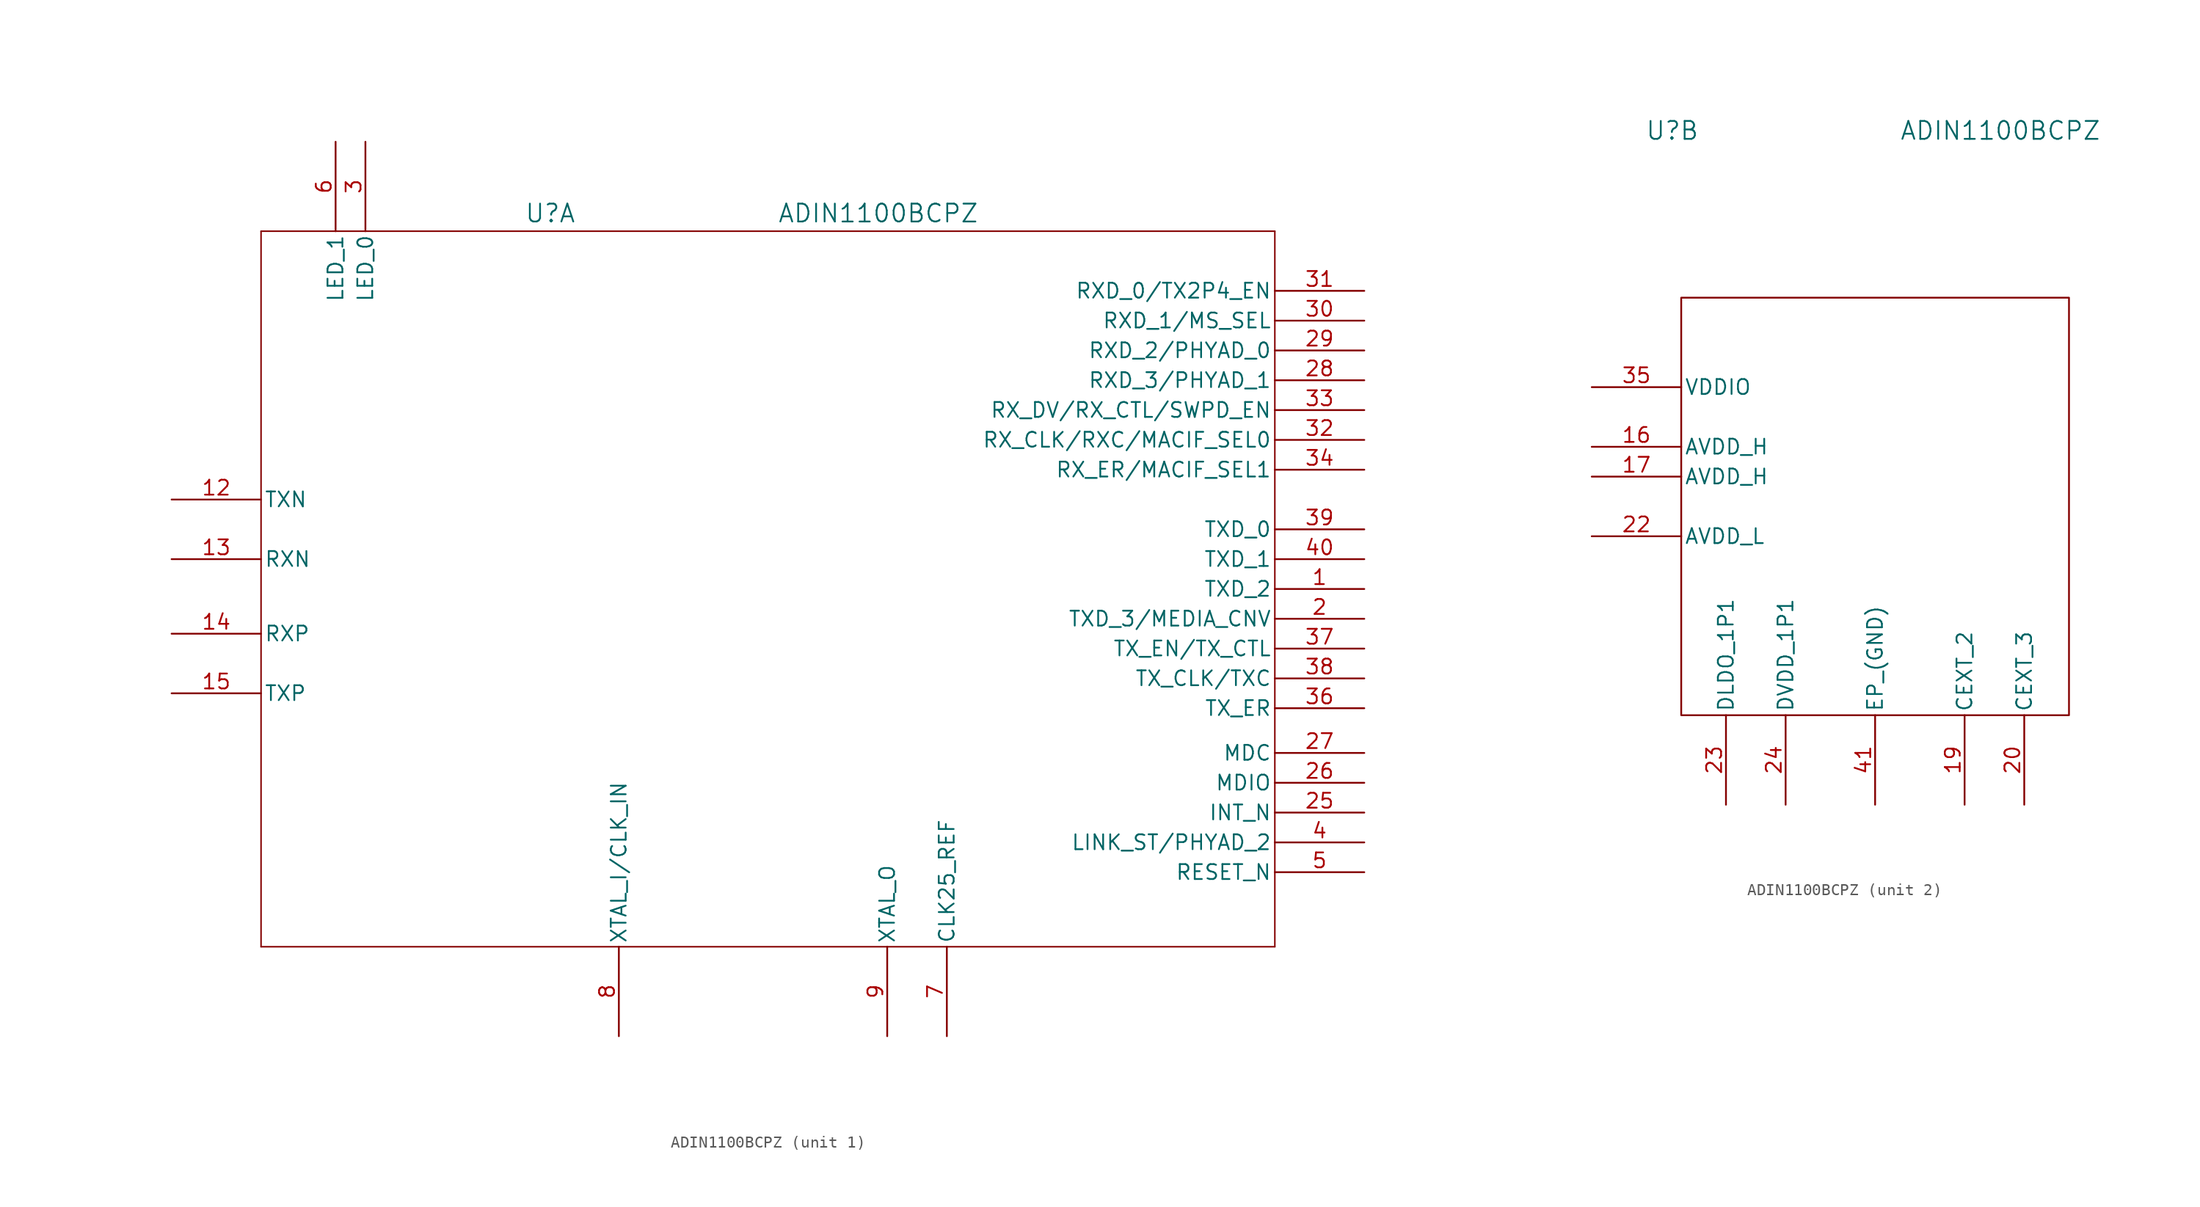
<source format=kicad_sym>
(kicad_symbol_lib
  (version 20241209)
  (generator "kicad_symbol_editor")
  (generator_version "9.0")
  (symbol "ADIN1100BCPZ"
    (pin_names
      (offset 0.254))
    (property "Reference" "U"
      (at -17.272 32.004 0)
      (effects (font (size 1.524 1.524))))
    (property "Value" "ADIN1100BCPZ"
      (at 10.668 32.004 0)
      (effects (font (size 1.524 1.524))))
    (property "ki_locked" ""
      (at 0 0 0)
      (effects (font (size 1.27 1.27))))
    (symbol "ADIN1100BCPZ_1_1"
      (polyline (pts (xy -41.91 30.48) (xy -41.91 -30.48)) (stroke (width 0.127) (type solid)) (fill (type none)))
      (polyline (pts (xy -41.91 -30.48) (xy 44.45 -30.48)) (stroke (width 0.127) (type solid)) (fill (type none)))
      (polyline (pts (xy 44.45 30.48) (xy -41.91 30.48)) (stroke (width 0.127) (type solid)) (fill (type none)))
      (polyline (pts (xy 44.45 -30.48) (xy 44.45 30.48)) (stroke (width 0.127) (type solid)) (fill (type none)))
      (pin output line (at -49.53 7.62 0) (length 7.62) (name "TXN" (effects (font (size 1.27 1.27)))) (number "12" (effects (font (size 1.27 1.27)))))
      (pin input line (at -49.53 2.54 0) (length 7.62) (name "RXN" (effects (font (size 1.27 1.27)))) (number "13" (effects (font (size 1.27 1.27)))))
      (pin input line (at -49.53 -3.81 0) (length 7.62) (name "RXP" (effects (font (size 1.27 1.27)))) (number "14" (effects (font (size 1.27 1.27)))))
      (pin output line (at -49.53 -8.89 0) (length 7.62) (name "TXP" (effects (font (size 1.27 1.27)))) (number "15" (effects (font (size 1.27 1.27)))))
      (pin output line (at -35.56 38.1 270) (length 7.62) (name "LED_1" (effects (font (size 1.27 1.27)))) (number "6" (effects (font (size 1.27 1.27)))))
      (pin output line (at -33.02 38.1 270) (length 7.62) (name "LED_0" (effects (font (size 1.27 1.27)))) (number "3" (effects (font (size 1.27 1.27)))))
      (pin input line (at -11.43 -38.1 90) (length 7.62) (name "XTAL_I/CLK_IN" (effects (font (size 1.27 1.27)))) (number "8" (effects (font (size 1.27 1.27)))))
      (pin no_connect line (at -5.08 24.13 0) (length 7.62) (hide yes) (name "DNC" (effects (font (size 1.27 1.27)))) (number "11" (effects (font (size 1.27 1.27)))))
      (pin no_connect line (at -5.08 21.59 0) (length 7.62) (hide yes) (name "DNC" (effects (font (size 1.27 1.27)))) (number "18" (effects (font (size 1.27 1.27)))))
      (pin no_connect line (at -5.08 19.05 0) (length 7.62) (hide yes) (name "DNC" (effects (font (size 1.27 1.27)))) (number "21" (effects (font (size 1.27 1.27)))))
      (pin no_connect line (at -5.08 16.51 0) (length 7.62) (hide yes) (name "DNC" (effects (font (size 1.27 1.27)))) (number "10" (effects (font (size 1.27 1.27)))))
      (pin output line (at 11.43 -38.1 90) (length 7.62) (name "XTAL_O" (effects (font (size 1.27 1.27)))) (number "9" (effects (font (size 1.27 1.27)))))
      (pin output line (at 16.51 -38.1 90) (length 7.62) (name "CLK25_REF" (effects (font (size 1.27 1.27)))) (number "7" (effects (font (size 1.27 1.27)))))
      (pin bidirectional line (at 52.07 25.4 180) (length 7.62) (name "RXD_0/TX2P4_EN" (effects (font (size 1.27 1.27)))) (number "31" (effects (font (size 1.27 1.27)))))
      (pin bidirectional line (at 52.07 22.86 180) (length 7.62) (name "RXD_1/MS_SEL" (effects (font (size 1.27 1.27)))) (number "30" (effects (font (size 1.27 1.27)))))
      (pin bidirectional line (at 52.07 20.32 180) (length 7.62) (name "RXD_2/PHYAD_0" (effects (font (size 1.27 1.27)))) (number "29" (effects (font (size 1.27 1.27)))))
      (pin bidirectional line (at 52.07 17.78 180) (length 7.62) (name "RXD_3/PHYAD_1" (effects (font (size 1.27 1.27)))) (number "28" (effects (font (size 1.27 1.27)))))
      (pin unspecified line (at 52.07 15.24 180) (length 7.62) (name "RX_DV/RX_CTL/SWPD_EN" (effects (font (size 1.27 1.27)))) (number "33" (effects (font (size 1.27 1.27)))))
      (pin unspecified line (at 52.07 12.7 180) (length 7.62) (name "RX_CLK/RXC/MACIF_SEL0" (effects (font (size 1.27 1.27)))) (number "32" (effects (font (size 1.27 1.27)))))
      (pin unspecified line (at 52.07 10.16 180) (length 7.62) (name "RX_ER/MACIF_SEL1" (effects (font (size 1.27 1.27)))) (number "34" (effects (font (size 1.27 1.27)))))
      (pin bidirectional line (at 52.07 5.08 180) (length 7.62) (name "TXD_0" (effects (font (size 1.27 1.27)))) (number "39" (effects (font (size 1.27 1.27)))))
      (pin bidirectional line (at 52.07 2.54 180) (length 7.62) (name "TXD_1" (effects (font (size 1.27 1.27)))) (number "40" (effects (font (size 1.27 1.27)))))
      (pin bidirectional line (at 52.07 0 180) (length 7.62) (name "TXD_2" (effects (font (size 1.27 1.27)))) (number "1" (effects (font (size 1.27 1.27)))))
      (pin bidirectional line (at 52.07 -2.54 180) (length 7.62) (name "TXD_3/MEDIA_CNV" (effects (font (size 1.27 1.27)))) (number "2" (effects (font (size 1.27 1.27)))))
      (pin unspecified line (at 52.07 -5.08 180) (length 7.62) (name "TX_EN/TX_CTL" (effects (font (size 1.27 1.27)))) (number "37" (effects (font (size 1.27 1.27)))))
      (pin unspecified line (at 52.07 -7.62 180) (length 7.62) (name "TX_CLK/TXC" (effects (font (size 1.27 1.27)))) (number "38" (effects (font (size 1.27 1.27)))))
      (pin unspecified line (at 52.07 -10.16 180) (length 7.62) (name "TX_ER" (effects (font (size 1.27 1.27)))) (number "36" (effects (font (size 1.27 1.27)))))
      (pin input line (at 52.07 -13.97 180) (length 7.62) (name "MDC" (effects (font (size 1.27 1.27)))) (number "27" (effects (font (size 1.27 1.27)))))
      (pin bidirectional line (at 52.07 -16.51 180) (length 7.62) (name "MDIO" (effects (font (size 1.27 1.27)))) (number "26" (effects (font (size 1.27 1.27)))))
      (pin input line (at 52.07 -19.05 180) (length 7.62) (name "INT_N" (effects (font (size 1.27 1.27)))) (number "25" (effects (font (size 1.27 1.27)))))
      (pin output line (at 52.07 -21.59 180) (length 7.62) (name "LINK_ST/PHYAD_2" (effects (font (size 1.27 1.27)))) (number "4" (effects (font (size 1.27 1.27)))))
      (pin input line (at 52.07 -24.13 180) (length 7.62) (name "RESET_N" (effects (font (size 1.27 1.27)))) (number "5" (effects (font (size 1.27 1.27))))))
    (symbol "ADIN1100BCPZ_2_1"
      (rectangle (start -16.51 17.78) (end 16.51 -17.78) (stroke (width 0) (type default)) (fill (type none)))
      (pin power_in line (at -24.13 10.16 0) (length 7.62) (name "VDDIO" (effects (font (size 1.27 1.27)))) (number "35" (effects (font (size 1.27 1.27)))))
      (pin power_in line (at -24.13 5.08 0) (length 7.62) (name "AVDD_H" (effects (font (size 1.27 1.27)))) (number "16" (effects (font (size 1.27 1.27)))))
      (pin power_in line (at -24.13 2.54 0) (length 7.62) (name "AVDD_H" (effects (font (size 1.27 1.27)))) (number "17" (effects (font (size 1.27 1.27)))))
      (pin power_in line (at -24.13 -2.54 0) (length 7.62) (name "AVDD_L" (effects (font (size 1.27 1.27)))) (number "22" (effects (font (size 1.27 1.27)))))
      (pin power_out line (at -12.7 -25.4 90) (length 7.62) (name "DLDO_1P1" (effects (font (size 1.27 1.27)))) (number "23" (effects (font (size 1.27 1.27)))))
      (pin power_in line (at -7.62 -25.4 90) (length 7.62) (name "DVDD_1P1" (effects (font (size 1.27 1.27)))) (number "24" (effects (font (size 1.27 1.27)))))
      (pin power_in line (at 0 -25.4 90) (length 7.62) (name "EP_(GND)" (effects (font (size 1.27 1.27)))) (number "41" (effects (font (size 1.27 1.27)))))
      (pin bidirectional line (at 7.62 -25.4 90) (length 7.62) (name "CEXT_2" (effects (font (size 1.27 1.27)))) (number "19" (effects (font (size 1.27 1.27)))))
      (pin bidirectional line (at 12.7 -25.4 90) (length 7.62) (name "CEXT_3" (effects (font (size 1.27 1.27)))) (number "20" (effects (font (size 1.27 1.27))))))))
</source>
